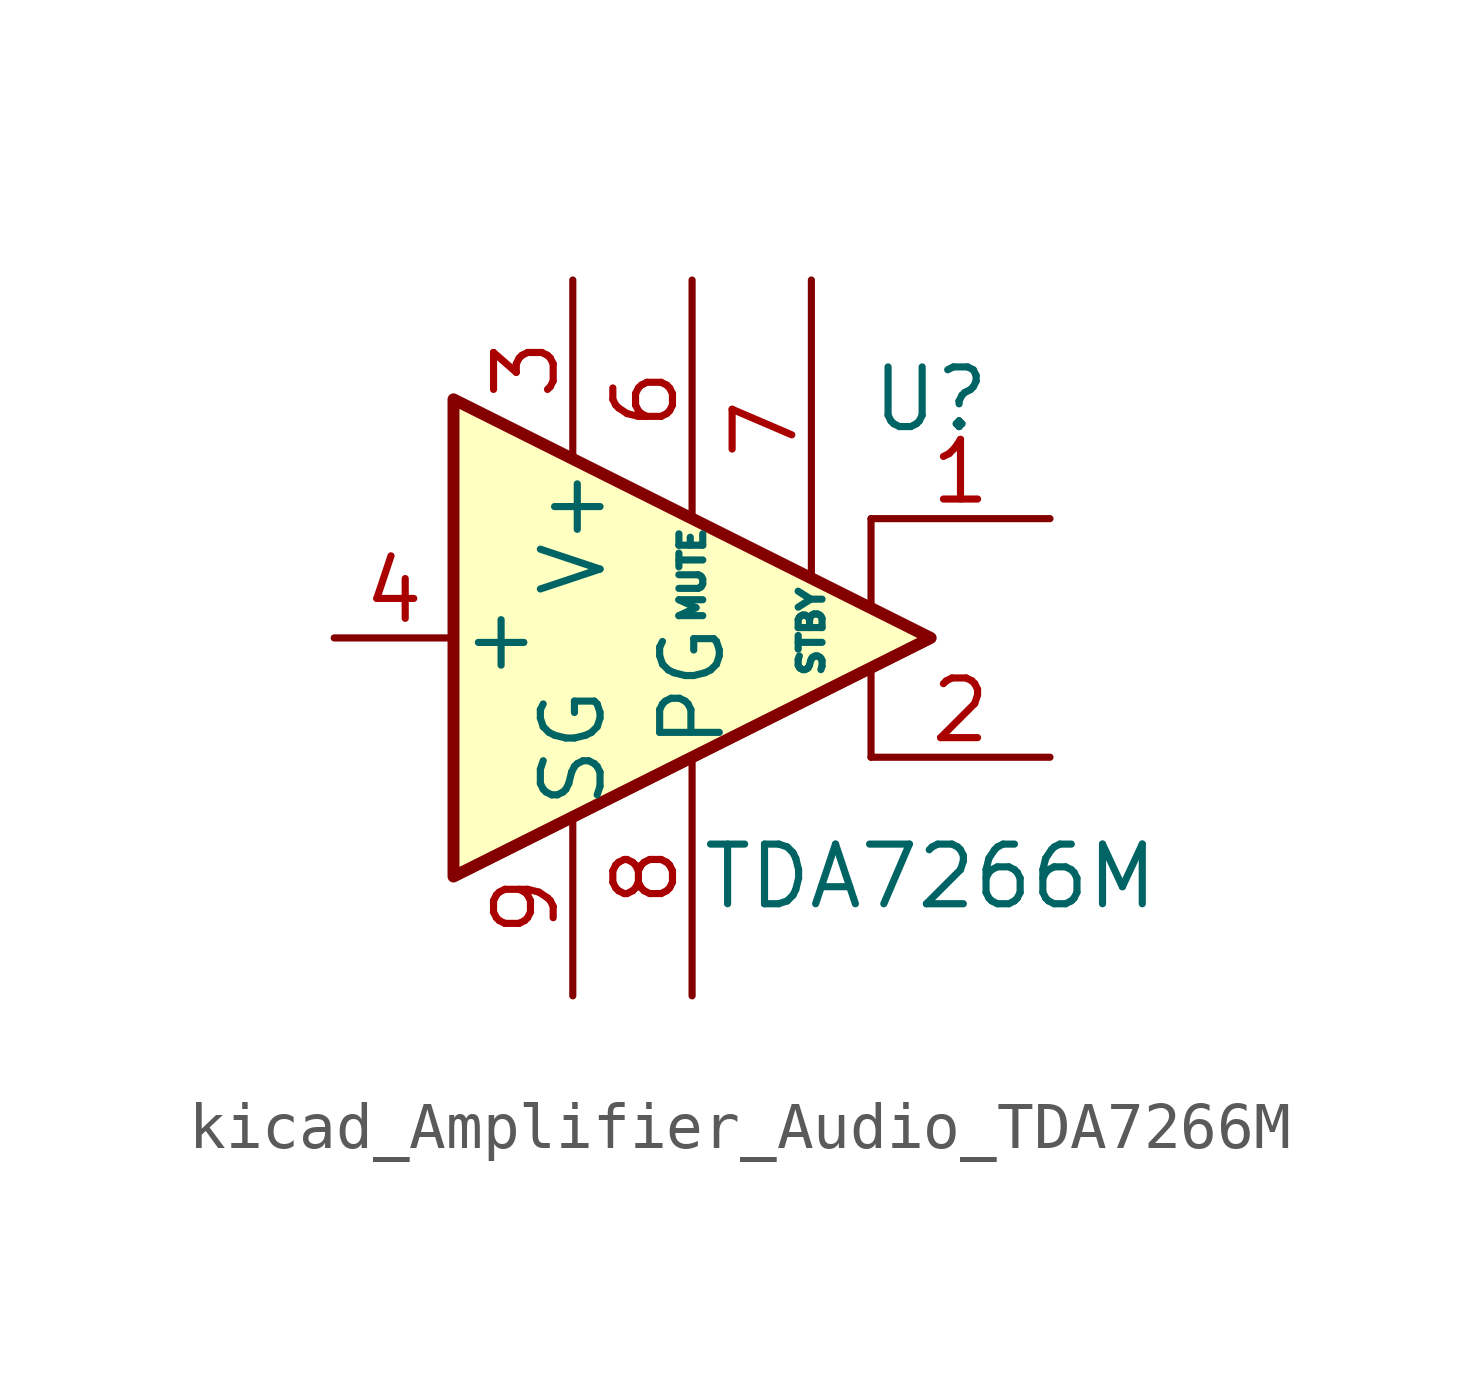
<source format=kicad_sym>
(kicad_symbol_lib
  (version 20220914)
  (generator kicad_symbol_editor)
  (symbol "kicad_Amplifier_Audio_TDA7266M"
    (pin_names
      (offset 0.127))
    (property "Reference" "U"
      (at 5.08 5.08 0)
      (effects (font (size 1.27 1.27))))
    (property "Value" "TDA7266M"
      (at 5.08 -5.08 0)
      (effects (font (size 1.27 1.27))))
    (symbol "kicad_Amplifier_Audio_TDA7266M_0_1"
      (polyline (pts (xy 3.81 -0.635) (xy 3.81 -2.54)) (stroke (width 0) (type default)) (fill (type none)))
      (polyline (pts (xy 3.81 2.54) (xy 3.81 0.635)) (stroke (width 0) (type default)) (fill (type none)))
      (polyline (pts (xy 5.08 0) (xy -5.08 5.08) (xy -5.08 -5.08) (xy 5.08 0)) (stroke (width 0.254) (type default)) (fill (type background))))
    (symbol "kicad_Amplifier_Audio_TDA7266M_1_1"
      (pin output line (at 7.62 2.54 180) (length 3.81) (name "~" (effects (font (size 1.27 1.27)))) (number "1" (effects (font (size 1.27 1.27)))))
      (pin no_connect line (at 0 2.54 270) (length 2.54) hide (name "NC" (effects (font (size 1.27 1.27)))) (number "10" (effects (font (size 1.27 1.27)))))
      (pin no_connect line (at 2.54 1.27 270) (length 2.54) hide (name "NC" (effects (font (size 1.27 1.27)))) (number "11" (effects (font (size 1.27 1.27)))))
      (pin no_connect line (at -5.08 -5.08 90) (length 2.54) hide (name "NC" (effects (font (size 1.27 1.27)))) (number "12" (effects (font (size 1.27 1.27)))))
      (pin passive line (at -2.54 7.62 270) (length 3.81) hide (name "V+" (effects (font (size 1.27 1.27)))) (number "13" (effects (font (size 1.27 1.27)))))
      (pin no_connect line (at 0 -2.54 90) (length 2.54) hide (name "NC" (effects (font (size 1.27 1.27)))) (number "14" (effects (font (size 1.27 1.27)))))
      (pin no_connect line (at 2.54 -1.27 90) (length 2.54) hide (name "NC" (effects (font (size 1.27 1.27)))) (number "15" (effects (font (size 1.27 1.27)))))
      (pin output line (at 7.62 -2.54 180) (length 3.81) (name "~" (effects (font (size 1.27 1.27)))) (number "2" (effects (font (size 1.27 1.27)))))
      (pin power_in line (at -2.54 7.62 270) (length 3.81) (name "V+" (effects (font (size 1.27 1.27)))) (number "3" (effects (font (size 1.27 1.27)))))
      (pin input line (at -7.62 0 0) (length 2.54) (name "+" (effects (font (size 1.27 1.27)))) (number "4" (effects (font (size 1.27 1.27)))))
      (pin no_connect line (at -5.08 5.08 270) (length 2.54) hide (name "NC" (effects (font (size 1.27 1.27)))) (number "5" (effects (font (size 1.27 1.27)))))
      (pin input line (at 0 7.62 270) (length 5.08) (name "MUTE" (effects (font (size 0.508 0.508)))) (number "6" (effects (font (size 1.27 1.27)))))
      (pin input line (at 2.54 7.62 270) (length 6.35) (name "STBY" (effects (font (size 0.508 0.508)))) (number "7" (effects (font (size 1.27 1.27)))))
      (pin power_in line (at 0 -7.62 90) (length 5.08) (name "PG" (effects (font (size 1.27 1.27)))) (number "8" (effects (font (size 1.27 1.27)))))
      (pin power_in line (at -2.54 -7.62 90) (length 3.81) (name "SG" (effects (font (size 1.27 1.27)))) (number "9" (effects (font (size 1.27 1.27))))))))
</source>
